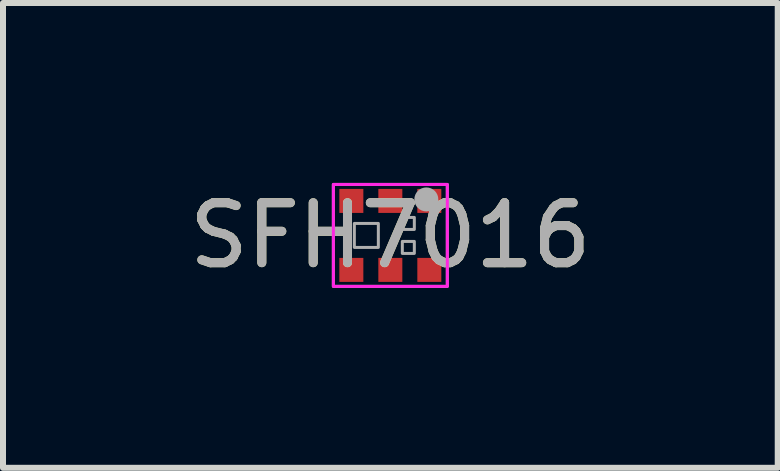
<source format=kicad_pcb>
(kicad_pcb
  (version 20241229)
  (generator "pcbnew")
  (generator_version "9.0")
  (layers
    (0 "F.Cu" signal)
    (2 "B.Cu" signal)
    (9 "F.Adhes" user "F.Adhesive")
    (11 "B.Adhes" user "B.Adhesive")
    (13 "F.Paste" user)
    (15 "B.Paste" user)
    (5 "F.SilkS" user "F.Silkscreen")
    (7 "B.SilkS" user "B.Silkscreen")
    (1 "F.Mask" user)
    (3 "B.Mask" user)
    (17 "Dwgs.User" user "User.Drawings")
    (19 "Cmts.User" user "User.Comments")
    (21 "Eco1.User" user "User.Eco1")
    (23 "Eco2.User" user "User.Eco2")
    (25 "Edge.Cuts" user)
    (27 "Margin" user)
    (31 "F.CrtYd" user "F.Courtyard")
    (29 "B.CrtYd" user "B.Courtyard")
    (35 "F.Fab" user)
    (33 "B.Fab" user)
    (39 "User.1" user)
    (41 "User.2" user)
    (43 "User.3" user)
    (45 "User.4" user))
  (footprint "SFH7016"
    (layer "F.Cu")
    (at 3.458 0.875)
    (property "Reference" "SFH7016" (at 0 0 0) (unlocked yes) (layer "F.SilkS") (effects (font (size 1 1) (thickness 0.15))))
    (attr smd)
    (fp_rect (start -0.95 -0.85) (end 0.95 0.85) (stroke (width 0.05) (type solid)) (fill no) (layer "F.CrtYd"))
    (fp_rect (start -0.95 -0.85) (end 0.95 0.85) (stroke (width 0.05) (type solid)) (fill no) (layer "F.Fab"))
    (fp_rect (start -0.6 -0.2) (end -0.2 0.2) (stroke (width 0.05) (type solid)) (fill no) (layer "F.Fab"))
    (fp_rect (start 0.2 -0.3) (end 0.4 -0.1) (stroke (width 0.05) (type solid)) (fill no) (layer "F.Fab"))
    (fp_rect (start 0.2 0.1) (end 0.4 0.3) (stroke (width 0.05) (type solid)) (fill no) (layer "F.Fab"))
    (fp_circle (center 0.6 -0.6) (end 0.6 -0.5) (stroke (width 0.2) (type solid)) (fill no) (layer "F.Fab"))
    (fp_text user "${REFERENCE}" (at 0 0 0) (unlocked yes) (layer "F.Fab") (effects (font (size 1 1) (thickness 0.15))))
    (pad "1" smd rect (at 0.65 -0.575) (size 0.4 0.4) (layers "F.Cu" "F.Mask" "F.Paste"))
    (pad "2" smd rect (at 0.65 0.575) (size 0.4 0.4) (layers "F.Cu" "F.Mask" "F.Paste"))
    (pad "3" smd rect (at 0 -0.575) (size 0.4 0.4) (layers "F.Cu" "F.Mask" "F.Paste"))
    (pad "4" smd rect (at 0 0.575) (size 0.4 0.4) (layers "F.Cu" "F.Mask" "F.Paste"))
    (pad "5" smd rect (at -0.65 -0.575) (size 0.4 0.4) (layers "F.Cu" "F.Mask" "F.Paste"))
    (pad "6" smd rect (at -0.65 0.575) (size 0.4 0.4) (layers "F.Cu" "F.Mask" "F.Paste")))
  (gr_rect
    (start -3 -3)
    (end 9.917 4.75)
    (stroke (width 0.1) (type default))
    (fill no)
    (layer "Edge.Cuts")))
</source>
